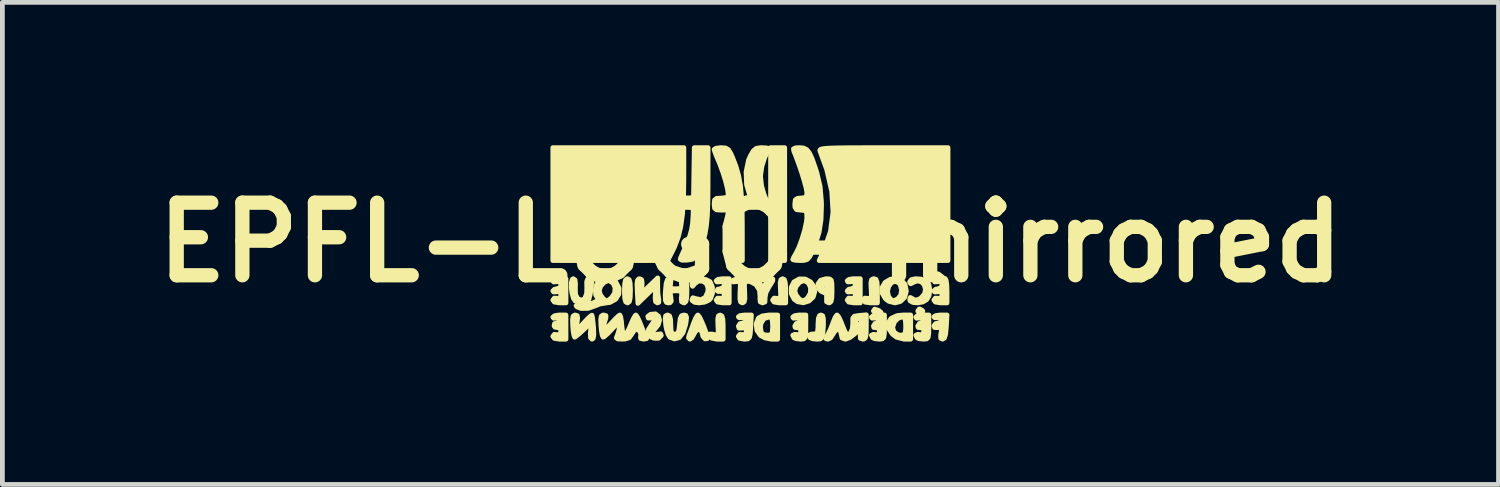
<source format=kicad_pcb>
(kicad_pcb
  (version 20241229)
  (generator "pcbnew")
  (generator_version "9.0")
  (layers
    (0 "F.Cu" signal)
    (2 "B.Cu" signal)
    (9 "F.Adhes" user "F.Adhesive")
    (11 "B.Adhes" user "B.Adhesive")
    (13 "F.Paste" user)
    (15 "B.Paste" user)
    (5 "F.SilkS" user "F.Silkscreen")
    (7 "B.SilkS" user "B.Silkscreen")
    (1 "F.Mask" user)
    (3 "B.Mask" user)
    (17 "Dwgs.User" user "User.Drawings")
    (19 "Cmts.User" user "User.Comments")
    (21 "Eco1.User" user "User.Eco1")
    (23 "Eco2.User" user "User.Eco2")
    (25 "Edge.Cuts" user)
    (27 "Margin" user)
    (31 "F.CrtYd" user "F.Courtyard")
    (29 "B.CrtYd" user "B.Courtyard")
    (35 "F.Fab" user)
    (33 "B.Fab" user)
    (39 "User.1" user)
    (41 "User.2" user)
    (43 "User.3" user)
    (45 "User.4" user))
  (footprint "EPFL-LOGO-mirrored"
    (layer "F.Cu")
    (at 12.707 2.04)
    (property "Reference" "EPFL-LOGO-mirrored" (at 0 0 0) (layer "F.SilkS") (effects (font (size 1.524 1.524) (thickness 0.3))))
    (attr through_hole)
    (fp_poly (pts (xy 0.72 0.381) (xy 0.572 0.381) (xy 0.423 0.381) (xy 0.423 -0.804) (xy 0.423 -1.99) (xy 0.572 -1.99) (xy 0.72 -1.99) (xy 0.72 -0.804) (xy 0.72 0.381)) (stroke (width 0.1) (type solid)) (fill yes) (layer "F.SilkS"))
    (fp_poly (pts (xy 2.743 1.47) (xy 2.701 1.481) (xy 2.678 1.481) (xy 2.603 1.466) (xy 2.582 1.439) (xy 2.609 1.4) (xy 2.686 1.425) (xy 2.709 1.439) (xy 2.743 1.47)) (stroke (width 0.1) (type solid)) (fill yes) (layer "F.SilkS"))
    (fp_poly (pts (xy 3.619 1.439) (xy 3.61 1.476) (xy 3.58 1.482) (xy 3.522 1.46) (xy 3.514 1.439) (xy 3.544 1.398) (xy 3.554 1.397) (xy 3.611 1.428) (xy 3.619 1.439)) (stroke (width 0.1) (type solid)) (fill yes) (layer "F.SilkS"))
    (fp_poly (pts (xy -1.397 -1.99) (xy -1.398 -1.302) (xy -1.404 -0.914) (xy -1.425 -0.596) (xy -1.462 -0.332) (xy -1.517 -0.107) (xy -1.593 0.093) (xy -1.627 0.164) (xy -1.737 0.381) (xy -2.943 0.381) (xy -4.149 0.381) (xy -4.149 -0.804) (xy -4.149 -1.99) (xy -2.773 -1.99) (xy -1.397 -1.99)) (stroke (width 0.1) (type solid)) (fill yes) (layer "F.SilkS"))
    (fp_poly (pts (xy -2.519 1.016) (xy -2.524 1.163) (xy -2.541 1.243) (xy -2.575 1.269) (xy -2.582 1.27) (xy -2.619 1.25) (xy -2.639 1.181) (xy -2.646 1.047) (xy -2.646 1.016) (xy -2.641 0.869) (xy -2.624 0.789) (xy -2.59 0.762) (xy -2.582 0.762) (xy -2.545 0.782) (xy -2.526 0.851) (xy -2.519 0.985) (xy -2.519 1.016)) (stroke (width 0.1) (type solid)) (fill yes) (layer "F.SilkS"))
    (fp_poly (pts (xy 0.741 1.27) (xy 0.603 1.27) (xy 0.497 1.253) (xy 0.466 1.21) (xy 0.497 1.169) (xy 0.555 1.174) (xy 0.607 1.181) (xy 0.631 1.155) (xy 0.634 1.075) (xy 0.629 0.98) (xy 0.625 0.847) (xy 0.64 0.781) (xy 0.677 0.762) (xy 0.677 0.762) (xy 0.714 0.782) (xy 0.734 0.851) (xy 0.741 0.986) (xy 0.741 1.016) (xy 0.741 1.27)) (stroke (width 0.1) (type solid)) (fill yes) (layer "F.SilkS"))
    (fp_poly (pts (xy 2.667 1.27) (xy 2.519 1.27) (xy 2.406 1.254) (xy 2.371 1.21) (xy 2.402 1.169) (xy 2.46 1.174) (xy 2.512 1.181) (xy 2.536 1.155) (xy 2.539 1.075) (xy 2.534 0.98) (xy 2.529 0.85) (xy 2.542 0.785) (xy 2.577 0.763) (xy 2.593 0.762) (xy 2.635 0.775) (xy 2.657 0.826) (xy 2.666 0.934) (xy 2.667 1.016) (xy 2.667 1.27)) (stroke (width 0.1) (type solid)) (fill yes) (layer "F.SilkS"))
    (fp_poly (pts (xy -0.572 2.032) (xy -0.705 2.032) (xy -0.813 2.012) (xy -0.862 1.968) (xy -0.864 1.925) (xy -0.808 1.924) (xy -0.778 1.931) (xy -0.714 1.943) (xy -0.683 1.925) (xy -0.677 1.858) (xy -0.683 1.741) (xy -0.687 1.609) (xy -0.673 1.542) (xy -0.636 1.524) (xy -0.635 1.524) (xy -0.598 1.544) (xy -0.578 1.613) (xy -0.572 1.747) (xy -0.572 1.778) (xy -0.572 2.032)) (stroke (width 0.1) (type solid)) (fill yes) (layer "F.SilkS"))
    (fp_poly (pts (xy 1.534 1.723) (xy 1.531 1.778) (xy 1.521 1.919) (xy 1.504 1.995) (xy 1.469 2.026) (xy 1.408 2.032) (xy 1.4 2.032) (xy 1.305 2.023) (xy 1.256 2.004) (xy 1.229 1.95) (xy 1.28 1.924) (xy 1.323 1.923) (xy 1.381 1.916) (xy 1.409 1.876) (xy 1.418 1.781) (xy 1.418 1.725) (xy 1.426 1.596) (xy 1.451 1.534) (xy 1.482 1.524) (xy 1.517 1.54) (xy 1.533 1.601) (xy 1.534 1.723)) (stroke (width 0.1) (type solid)) (fill yes) (layer "F.SilkS"))
    (fp_poly (pts (xy 4.149 0.381) (xy 2.796 0.381) (xy 1.443 0.381) (xy 1.546 0.159) (xy 1.679 -0.226) (xy 1.733 -0.636) (xy 1.707 -1.071) (xy 1.601 -1.533) (xy 1.461 -1.916) (xy 1.457 -1.936) (xy 1.469 -1.952) (xy 1.505 -1.965) (xy 1.574 -1.974) (xy 1.684 -1.981) (xy 1.843 -1.985) (xy 2.06 -1.988) (xy 2.343 -1.989) (xy 2.701 -1.99) (xy 2.789 -1.99) (xy 4.149 -1.99) (xy 4.149 -0.804) (xy 4.149 0.381)) (stroke (width 0.1) (type solid)) (fill yes) (layer "F.SilkS"))
    (fp_poly (pts (xy -1.922 1.203) (xy -1.925 1.26) (xy -1.955 1.27) (xy -1.992 1.245) (xy -2.001 1.16) (xy -1.997 1.09) (xy -1.981 0.91) (xy -2.172 1.095) (xy -2.363 1.28) (xy -2.377 1.021) (xy -2.382 0.875) (xy -2.372 0.795) (xy -2.344 0.764) (xy -2.326 0.762) (xy -2.284 0.782) (xy -2.273 0.855) (xy -2.278 0.921) (xy -2.295 1.079) (xy -2.121 0.912) (xy -1.947 0.745) (xy -1.947 0.94) (xy -1.942 1.074) (xy -1.928 1.178) (xy -1.922 1.203)) (stroke (width 0.1) (type solid)) (fill yes) (layer "F.SilkS"))
    (fp_poly (pts (xy 4.128 1.524) (xy 4.113 1.778) (xy 4.099 1.928) (xy 4.074 2.008) (xy 4.036 2.032) (xy 4.036 2.032) (xy 3.995 2.012) (xy 3.994 1.941) (xy 4.002 1.899) (xy 4.016 1.809) (xy 3.995 1.781) (xy 3.942 1.789) (xy 3.867 1.788) (xy 3.852 1.753) (xy 3.888 1.705) (xy 3.937 1.693) (xy 4.008 1.665) (xy 4.022 1.625) (xy 3.996 1.576) (xy 3.937 1.579) (xy 3.869 1.581) (xy 3.852 1.562) (xy 3.889 1.536) (xy 3.98 1.524) (xy 3.99 1.524) (xy 4.128 1.524)) (stroke (width 0.1) (type solid)) (fill yes) (layer "F.SilkS"))
    (fp_poly (pts (xy -3.873 2.032) (xy -4.011 2.032) (xy -4.117 2.015) (xy -4.149 1.972) (xy -4.118 1.931) (xy -4.064 1.935) (xy -3.998 1.934) (xy -3.979 1.87) (xy -3.979 1.863) (xy -3.998 1.794) (xy -4.039 1.792) (xy -4.104 1.78) (xy -4.123 1.754) (xy -4.113 1.704) (xy -4.063 1.693) (xy -3.994 1.665) (xy -3.979 1.627) (xy -4.003 1.581) (xy -4.064 1.587) (xy -4.132 1.592) (xy -4.149 1.569) (xy -4.112 1.538) (xy -4.022 1.524) (xy -4.011 1.524) (xy -3.873 1.524) (xy -3.873 1.778) (xy -3.873 2.032)) (stroke (width 0.1) (type solid)) (fill yes) (layer "F.SilkS"))
    (fp_poly (pts (xy -0.889 -1.99) (xy -0.89 -1.196) (xy -0.893 -0.85) (xy -0.903 -0.574) (xy -0.923 -0.352) (xy -0.954 -0.168) (xy -0.998 -0.009) (xy -1.059 0.142) (xy -1.086 0.199) (xy -1.148 0.305) (xy -1.221 0.355) (xy -1.329 0.373) (xy -1.435 0.375) (xy -1.473 0.354) (xy -1.469 0.331) (xy -1.382 0.133) (xy -1.317 -0.02) (xy -1.27 -0.147) (xy -1.238 -0.264) (xy -1.217 -0.389) (xy -1.206 -0.539) (xy -1.199 -0.73) (xy -1.195 -0.98) (xy -1.193 -1.132) (xy -1.179 -1.99) (xy -1.034 -1.99) (xy -0.889 -1.99)) (stroke (width 0.1) (type solid)) (fill yes) (layer "F.SilkS"))
    (fp_poly (pts (xy -1.871 1.952) (xy -1.873 1.956) (xy -1.929 2.013) (xy -2.025 2.013) (xy -2.085 1.987) (xy -2.149 1.92) (xy -2.142 1.83) (xy -2.074 1.724) (xy -2.016 1.642) (xy -1.99 1.59) (xy -1.99 1.589) (xy -2.023 1.577) (xy -2.074 1.587) (xy -2.144 1.589) (xy -2.155 1.553) (xy -2.099 1.51) (xy -2.095 1.509) (xy -1.994 1.5) (xy -1.929 1.55) (xy -1.907 1.636) (xy -1.938 1.736) (xy -1.99 1.799) (xy -2.061 1.882) (xy -2.062 1.929) (xy -1.994 1.935) (xy -1.964 1.929) (xy -1.885 1.92) (xy -1.871 1.952)) (stroke (width 0.1) (type solid)) (fill yes) (layer "F.SilkS"))
    (fp_poly (pts (xy -0.445 1.27) (xy -0.582 1.27) (xy -0.688 1.253) (xy -0.72 1.21) (xy -0.689 1.169) (xy -0.635 1.173) (xy -0.569 1.172) (xy -0.55 1.108) (xy -0.55 1.101) (xy -0.568 1.032) (xy -0.612 1.031) (xy -0.681 1.03) (xy -0.7 1.014) (xy -0.686 0.982) (xy -0.637 0.974) (xy -0.565 0.945) (xy -0.55 0.886) (xy -0.567 0.823) (xy -0.632 0.824) (xy -0.635 0.826) (xy -0.703 0.83) (xy -0.72 0.807) (xy -0.683 0.776) (xy -0.593 0.762) (xy -0.582 0.762) (xy -0.445 0.762) (xy -0.445 1.016) (xy -0.445 1.27)) (stroke (width 0.1) (type solid)) (fill yes) (layer "F.SilkS"))
    (fp_poly (pts (xy -3.873 1.27) (xy -4.011 1.27) (xy -4.117 1.253) (xy -4.149 1.21) (xy -4.118 1.169) (xy -4.064 1.173) (xy -3.998 1.172) (xy -3.979 1.107) (xy -3.979 1.103) (xy -3.995 1.036) (xy -4.055 1.034) (xy -4.064 1.037) (xy -4.132 1.041) (xy -4.149 1.019) (xy -4.113 0.982) (xy -4.064 0.974) (xy -3.994 0.944) (xy -3.979 0.886) (xy -3.996 0.823) (xy -4.061 0.824) (xy -4.064 0.826) (xy -4.132 0.83) (xy -4.149 0.807) (xy -4.112 0.776) (xy -4.022 0.762) (xy -4.011 0.762) (xy -3.873 0.762) (xy -3.873 1.016) (xy -3.873 1.27)) (stroke (width 0.1) (type solid)) (fill yes) (layer "F.SilkS"))
    (fp_poly (pts (xy -0.795 1.065) (xy -0.835 1.176) (xy -0.869 1.212) (xy -0.964 1.255) (xy -1.074 1.27) (xy -1.171 1.259) (xy -1.224 1.221) (xy -1.228 1.205) (xy -1.209 1.162) (xy -1.154 1.178) (xy -1.038 1.202) (xy -0.948 1.153) (xy -0.897 1.04) (xy -0.89 0.964) (xy -0.922 0.866) (xy -1.002 0.813) (xy -1.097 0.814) (xy -1.171 0.87) (xy -1.214 0.922) (xy -1.227 0.899) (xy -1.228 0.855) (xy -1.215 0.794) (xy -1.163 0.767) (xy -1.064 0.762) (xy -0.932 0.78) (xy -0.847 0.825) (xy -0.845 0.828) (xy -0.798 0.936) (xy -0.795 1.065)) (stroke (width 0.1) (type solid)) (fill yes) (layer "F.SilkS"))
    (fp_poly (pts (xy 2.307 1.27) (xy 2.17 1.27) (xy 2.064 1.253) (xy 2.032 1.21) (xy 2.063 1.169) (xy 2.117 1.173) (xy 2.183 1.172) (xy 2.201 1.107) (xy 2.201 1.103) (xy 2.186 1.036) (xy 2.126 1.034) (xy 2.117 1.037) (xy 2.048 1.041) (xy 2.032 1.019) (xy 2.067 0.982) (xy 2.117 0.974) (xy 2.187 0.944) (xy 2.201 0.886) (xy 2.184 0.823) (xy 2.12 0.824) (xy 2.117 0.826) (xy 2.048 0.83) (xy 2.032 0.807) (xy 2.069 0.776) (xy 2.159 0.762) (xy 2.17 0.762) (xy 2.307 0.762) (xy 2.307 1.016) (xy 2.307 1.27)) (stroke (width 0.1) (type solid)) (fill yes) (layer "F.SilkS"))
    (fp_poly (pts (xy 3.365 2.032) (xy 3.26 2.032) (xy 3.26 1.757) (xy 3.254 1.638) (xy 3.231 1.581) (xy 3.181 1.566) (xy 3.176 1.566) (xy 3.093 1.599) (xy 3.025 1.669) (xy 2.986 1.785) (xy 3.015 1.883) (xy 3.102 1.941) (xy 3.155 1.947) (xy 3.22 1.939) (xy 3.25 1.9) (xy 3.259 1.806) (xy 3.26 1.757) (xy 3.26 2.032) (xy 3.226 2.032) (xy 3.066 1.991) (xy 2.983 1.928) (xy 2.898 1.803) (xy 2.891 1.687) (xy 2.955 1.594) (xy 3.082 1.536) (xy 3.2 1.524) (xy 3.365 1.524) (xy 3.365 1.778) (xy 3.365 2.032)) (stroke (width 0.1) (type solid)) (fill yes) (layer "F.SilkS"))
    (fp_poly (pts (xy 3.768 0.996) (xy 3.751 1.118) (xy 3.701 1.203) (xy 3.618 1.251) (xy 3.513 1.27) (xy 3.414 1.262) (xy 3.352 1.227) (xy 3.344 1.201) (xy 3.356 1.156) (xy 3.402 1.18) (xy 3.408 1.185) (xy 3.469 1.214) (xy 3.546 1.188) (xy 3.58 1.167) (xy 3.655 1.082) (xy 3.675 0.984) (xy 3.649 0.891) (xy 3.588 0.826) (xy 3.499 0.809) (xy 3.429 0.837) (xy 3.365 0.868) (xy 3.345 0.843) (xy 3.344 0.826) (xy 3.38 0.781) (xy 3.469 0.762) (xy 3.581 0.77) (xy 3.686 0.806) (xy 3.746 0.88) (xy 3.768 0.996)) (stroke (width 0.1) (type solid)) (fill yes) (layer "F.SilkS"))
    (fp_poly (pts (xy -3.287 1.938) (xy -3.301 2.015) (xy -3.326 2.032) (xy -3.358 2.002) (xy -3.362 1.904) (xy -3.356 1.852) (xy -3.334 1.672) (xy -3.5 1.831) (xy -3.596 1.919) (xy -3.668 1.977) (xy -3.691 1.99) (xy -3.708 1.951) (xy -3.724 1.853) (xy -3.732 1.757) (xy -3.736 1.62) (xy -3.724 1.549) (xy -3.692 1.525) (xy -3.678 1.524) (xy -3.637 1.537) (xy -3.627 1.591) (xy -3.642 1.704) (xy -3.675 1.884) (xy -3.509 1.698) (xy -3.418 1.601) (xy -3.352 1.541) (xy -3.328 1.528) (xy -3.316 1.576) (xy -3.303 1.683) (xy -3.293 1.789) (xy -3.287 1.938)) (stroke (width 0.1) (type solid)) (fill yes) (layer "F.SilkS"))
    (fp_poly (pts (xy -1.34 1.574) (xy -1.35 1.668) (xy -1.36 1.725) (xy -1.414 1.897) (xy -1.496 2) (xy -1.598 2.027) (xy -1.69 1.993) (xy -1.729 1.931) (xy -1.764 1.817) (xy -1.778 1.739) (xy -1.79 1.611) (xy -1.782 1.545) (xy -1.749 1.524) (xy -1.739 1.524) (xy -1.696 1.545) (xy -1.676 1.619) (xy -1.672 1.725) (xy -1.667 1.848) (xy -1.646 1.908) (xy -1.601 1.926) (xy -1.587 1.926) (xy -1.534 1.913) (xy -1.506 1.858) (xy -1.491 1.742) (xy -1.49 1.725) (xy -1.475 1.599) (xy -1.447 1.539) (xy -1.4 1.524) (xy -1.356 1.533) (xy -1.34 1.574)) (stroke (width 0.1) (type solid)) (fill yes) (layer "F.SilkS"))
    (fp_poly (pts (xy 0.572 2.032) (xy 0.466 2.032) (xy 0.466 1.757) (xy 0.459 1.636) (xy 0.435 1.58) (xy 0.389 1.566) (xy 0.282 1.603) (xy 0.221 1.702) (xy 0.212 1.779) (xy 0.226 1.889) (xy 0.281 1.938) (xy 0.367 1.947) (xy 0.428 1.938) (xy 0.457 1.896) (xy 0.465 1.798) (xy 0.466 1.757) (xy 0.466 2.032) (xy 0.439 2.032) (xy 0.31 2.007) (xy 0.211 1.955) (xy 0.136 1.847) (xy 0.119 1.714) (xy 0.164 1.594) (xy 0.169 1.588) (xy 0.25 1.543) (xy 0.383 1.524) (xy 0.397 1.524) (xy 0.572 1.524) (xy 0.572 1.778) (xy 0.572 2.032)) (stroke (width 0.1) (type solid)) (fill yes) (layer "F.SilkS"))
    (fp_poly (pts (xy 3.274 1.024) (xy 3.24 1.154) (xy 3.174 1.218) (xy 3.174 0.998) (xy 3.145 0.889) (xy 3.108 0.844) (xy 3.028 0.816) (xy 2.955 0.852) (xy 2.901 0.931) (xy 2.879 1.031) (xy 2.9 1.131) (xy 2.923 1.167) (xy 2.973 1.217) (xy 3.022 1.219) (xy 3.093 1.184) (xy 3.156 1.108) (xy 3.174 0.998) (xy 3.174 1.218) (xy 3.152 1.239) (xy 3.034 1.27) (xy 2.907 1.238) (xy 2.836 1.185) (xy 2.766 1.067) (xy 2.766 0.944) (xy 2.827 0.839) (xy 2.94 0.773) (xy 3.024 0.762) (xy 3.166 0.792) (xy 3.248 0.882) (xy 3.274 1.024)) (stroke (width 0.1) (type solid)) (fill yes) (layer "F.SilkS"))
    (fp_poly (pts (xy -3.332 0.833) (xy -3.341 0.951) (xy -3.343 0.963) (xy -3.365 1.094) (xy -3.391 1.192) (xy -3.401 1.217) (xy -3.471 1.26) (xy -3.576 1.266) (xy -3.678 1.232) (xy -3.678 1.232) (xy -3.718 1.172) (xy -3.747 1.069) (xy -3.762 0.949) (xy -3.76 0.842) (xy -3.739 0.773) (xy -3.72 0.762) (xy -3.683 0.787) (xy -3.672 0.873) (xy -3.676 0.944) (xy -3.672 1.09) (xy -3.631 1.175) (xy -3.623 1.182) (xy -3.541 1.216) (xy -3.477 1.176) (xy -3.44 1.074) (xy -3.436 0.944) (xy -3.439 0.826) (xy -3.419 0.772) (xy -3.384 0.762) (xy -3.345 0.776) (xy -3.332 0.833)) (stroke (width 0.1) (type solid)) (fill yes) (layer "F.SilkS"))
    (fp_poly (pts (xy 0.021 1.524) (xy 0.007 1.778) (xy -0.003 1.919) (xy -0.02 1.994) (xy -0.054 2.026) (xy -0.117 2.032) (xy -0.131 2.032) (xy -0.227 2.014) (xy -0.254 1.972) (xy -0.223 1.931) (xy -0.169 1.935) (xy -0.103 1.934) (xy -0.085 1.869) (xy -0.085 1.865) (xy -0.1 1.798) (xy -0.16 1.796) (xy -0.169 1.799) (xy -0.238 1.802) (xy -0.254 1.76) (xy -0.219 1.705) (xy -0.169 1.693) (xy -0.099 1.665) (xy -0.085 1.625) (xy -0.111 1.576) (xy -0.169 1.579) (xy -0.237 1.581) (xy -0.254 1.562) (xy -0.217 1.536) (xy -0.127 1.524) (xy -0.116 1.524) (xy 0.021 1.524)) (stroke (width 0.1) (type solid)) (fill yes) (layer "F.SilkS"))
    (fp_poly (pts (xy 0.381 -0.779) (xy 0.344 -0.768) (xy 0.252 -0.762) (xy 0.23 -0.762) (xy 0.138 -0.769) (xy 0.078 -0.803) (xy 0.027 -0.885) (xy -0.009 -0.963) (xy -0.082 -1.215) (xy -0.092 -1.479) (xy -0.041 -1.727) (xy -0.004 -1.813) (xy 0.06 -1.923) (xy 0.122 -1.975) (xy 0.21 -1.989) (xy 0.234 -1.99) (xy 0.331 -1.985) (xy 0.38 -1.975) (xy 0.381 -1.973) (xy 0.365 -1.928) (xy 0.324 -1.833) (xy 0.297 -1.772) (xy 0.241 -1.597) (xy 0.214 -1.406) (xy 0.214 -1.376) (xy 0.234 -1.189) (xy 0.286 -1.006) (xy 0.297 -0.98) (xy 0.346 -0.868) (xy 0.376 -0.794) (xy 0.381 -0.779)) (stroke (width 0.1) (type solid)) (fill yes) (layer "F.SilkS"))
    (fp_poly (pts (xy 1.164 1.778) (xy 1.162 1.919) (xy 1.15 1.995) (xy 1.119 2.026) (xy 1.061 2.032) (xy 1.055 2.032) (xy 0.962 2.022) (xy 0.917 2.004) (xy 0.889 1.949) (xy 0.932 1.929) (xy 0.974 1.935) (xy 1.039 1.934) (xy 1.058 1.87) (xy 1.058 1.863) (xy 1.041 1.795) (xy 0.995 1.793) (xy 0.94 1.787) (xy 0.931 1.756) (xy 0.965 1.701) (xy 0.995 1.693) (xy 1.05 1.659) (xy 1.058 1.627) (xy 1.034 1.581) (xy 0.974 1.587) (xy 0.905 1.592) (xy 0.889 1.569) (xy 0.926 1.538) (xy 1.016 1.524) (xy 1.027 1.524) (xy 1.164 1.524) (xy 1.164 1.778)) (stroke (width 0.1) (type solid)) (fill yes) (layer "F.SilkS"))
    (fp_poly (pts (xy 1.714 1.016) (xy 1.71 1.161) (xy 1.694 1.24) (xy 1.662 1.268) (xy 1.646 1.27) (xy 1.609 1.251) (xy 1.609 0.901) (xy 1.604 0.824) (xy 1.578 0.82) (xy 1.54 0.855) (xy 1.497 0.926) (xy 1.5 0.97) (xy 1.553 1.015) (xy 1.594 0.986) (xy 1.609 0.901) (xy 1.609 1.251) (xy 1.598 1.246) (xy 1.598 1.164) (xy 1.598 1.082) (xy 1.552 1.058) (xy 1.481 1.025) (xy 1.438 0.971) (xy 1.419 0.87) (xy 1.472 0.795) (xy 1.586 0.762) (xy 1.603 0.762) (xy 1.665 0.767) (xy 1.698 0.794) (xy 1.712 0.864) (xy 1.714 0.997) (xy 1.714 1.016)) (stroke (width 0.1) (type solid)) (fill yes) (layer "F.SilkS"))
    (fp_poly (pts (xy 2.815 1.778) (xy 2.813 1.919) (xy 2.801 1.995) (xy 2.77 2.026) (xy 2.712 2.032) (xy 2.706 2.032) (xy 2.613 2.022) (xy 2.568 2.004) (xy 2.54 1.949) (xy 2.583 1.929) (xy 2.625 1.935) (xy 2.69 1.934) (xy 2.709 1.87) (xy 2.709 1.863) (xy 2.692 1.795) (xy 2.646 1.793) (xy 2.591 1.787) (xy 2.582 1.756) (xy 2.616 1.701) (xy 2.646 1.693) (xy 2.701 1.659) (xy 2.709 1.627) (xy 2.685 1.581) (xy 2.625 1.587) (xy 2.556 1.592) (xy 2.54 1.569) (xy 2.577 1.538) (xy 2.667 1.524) (xy 2.678 1.524) (xy 2.815 1.524) (xy 2.815 1.778)) (stroke (width 0.1) (type solid)) (fill yes) (layer "F.SilkS"))
    (fp_poly (pts (xy 3.747 1.778) (xy 3.744 1.919) (xy 3.732 1.995) (xy 3.702 2.026) (xy 3.644 2.032) (xy 3.637 2.032) (xy 3.544 2.022) (xy 3.5 2.004) (xy 3.472 1.949) (xy 3.514 1.929) (xy 3.556 1.935) (xy 3.622 1.934) (xy 3.641 1.87) (xy 3.641 1.863) (xy 3.623 1.795) (xy 3.577 1.793) (xy 3.523 1.787) (xy 3.514 1.756) (xy 3.548 1.701) (xy 3.577 1.693) (xy 3.633 1.659) (xy 3.641 1.627) (xy 3.617 1.581) (xy 3.556 1.587) (xy 3.488 1.592) (xy 3.471 1.569) (xy 3.508 1.538) (xy 3.598 1.524) (xy 3.609 1.524) (xy 3.747 1.524) (xy 3.747 1.778)) (stroke (width 0.1) (type solid)) (fill yes) (layer "F.SilkS"))
    (fp_poly (pts (xy 1.355 1.023) (xy 1.319 1.146) (xy 1.262 1.2) (xy 1.262 0.951) (xy 1.221 0.857) (xy 1.141 0.807) (xy 1.116 0.804) (xy 1.033 0.84) (xy 0.961 0.922) (xy 0.931 1.016) (xy 0.959 1.103) (xy 1.023 1.186) (xy 1.093 1.227) (xy 1.101 1.228) (xy 1.157 1.201) (xy 1.203 1.161) (xy 1.259 1.062) (xy 1.262 0.951) (xy 1.262 1.2) (xy 1.229 1.231) (xy 1.111 1.268) (xy 0.989 1.246) (xy 0.917 1.193) (xy 0.857 1.075) (xy 0.856 0.941) (xy 0.912 0.83) (xy 0.913 0.829) (xy 1.026 0.766) (xy 1.151 0.769) (xy 1.263 0.828) (xy 1.337 0.931) (xy 1.355 1.023)) (stroke (width 0.1) (type solid)) (fill yes) (layer "F.SilkS"))
    (fp_poly (pts (xy -0.906 2.021) (xy -0.953 2.025) (xy -0.998 1.974) (xy -1.016 1.903) (xy -1.04 1.835) (xy -1.067 1.83) (xy -1.067 1.714) (xy -1.072 1.707) (xy -1.098 1.713) (xy -1.101 1.736) (xy -1.085 1.771) (xy -1.072 1.764) (xy -1.067 1.714) (xy -1.067 1.83) (xy -1.095 1.826) (xy -1.157 1.873) (xy -1.185 1.926) (xy -1.231 2.005) (xy -1.273 2.032) (xy -1.301 2.001) (xy -1.291 1.958) (xy -1.259 1.873) (xy -1.214 1.749) (xy -1.198 1.704) (xy -1.154 1.596) (xy -1.115 1.532) (xy -1.103 1.524) (xy -1.072 1.56) (xy -1.027 1.65) (xy -0.977 1.768) (xy -0.934 1.887) (xy -0.907 1.981) (xy -0.906 2.021)) (stroke (width 0.1) (type solid)) (fill yes) (layer "F.SilkS"))
    (fp_poly (pts (xy -0.169 0.381) (xy -0.318 0.381) (xy -0.466 0.381) (xy -0.466 -0.148) (xy -0.466 -0.677) (xy -0.614 -0.677) (xy -0.713 -0.684) (xy -0.754 -0.72) (xy -0.762 -0.804) (xy -0.754 -0.89) (xy -0.712 -0.925) (xy -0.614 -0.931) (xy -0.51 -0.942) (xy -0.469 -0.981) (xy -0.466 -1.005) (xy -0.482 -1.122) (xy -0.523 -1.289) (xy -0.581 -1.476) (xy -0.648 -1.657) (xy -0.671 -1.71) (xy -0.722 -1.832) (xy -0.755 -1.924) (xy -0.762 -1.953) (xy -0.725 -1.977) (xy -0.633 -1.989) (xy -0.612 -1.99) (xy -0.521 -1.983) (xy -0.461 -1.948) (xy -0.411 -1.866) (xy -0.377 -1.789) (xy -0.302 -1.595) (xy -0.247 -1.399) (xy -0.208 -1.185) (xy -0.185 -0.933) (xy -0.173 -0.628) (xy -0.17 -0.349) (xy -0.169 0.381)) (stroke (width 0.1) (type solid)) (fill yes) (layer "F.SilkS"))
    (fp_poly (pts (xy -1.333 1.016) (xy -1.338 1.162) (xy -1.354 1.24) (xy -1.387 1.269) (xy -1.4 1.27) (xy -1.446 1.247) (xy -1.452 1.168) (xy -1.448 1.143) (xy -1.443 1.055) (xy -1.479 1.021) (xy -1.565 1.016) (xy -1.656 1.022) (xy -1.685 1.059) (xy -1.672 1.143) (xy -1.661 1.233) (xy -1.689 1.267) (xy -1.722 1.27) (xy -1.764 1.26) (xy -1.785 1.218) (xy -1.79 1.123) (xy -1.785 1.016) (xy -1.77 0.863) (xy -1.744 0.783) (xy -1.71 0.762) (xy -1.669 0.787) (xy -1.676 0.868) (xy -1.685 0.94) (xy -1.649 0.969) (xy -1.566 0.974) (xy -1.473 0.966) (xy -1.443 0.931) (xy -1.45 0.868) (xy -1.45 0.786) (xy -1.402 0.762) (xy -1.363 0.778) (xy -1.342 0.838) (xy -1.334 0.958) (xy -1.333 1.016)) (stroke (width 0.1) (type solid)) (fill yes) (layer "F.SilkS"))
    (fp_poly (pts (xy 4.128 1.27) (xy 3.99 1.27) (xy 3.884 1.253) (xy 3.852 1.21) (xy 3.883 1.169) (xy 3.937 1.173) (xy 4.003 1.172) (xy 4.022 1.107) (xy 4.022 1.103) (xy 4.006 1.036) (xy 3.946 1.034) (xy 3.937 1.037) (xy 3.869 1.041) (xy 3.852 1.019) (xy 3.888 0.982) (xy 3.937 0.974) (xy 4.007 0.944) (xy 4.022 0.886) (xy 4.005 0.823) (xy 3.94 0.824) (xy 3.937 0.826) (xy 3.869 0.83) (xy 3.852 0.807) (xy 3.887 0.769) (xy 3.926 0.761) (xy 3.975 0.754) (xy 3.943 0.725) (xy 3.938 0.721) (xy 3.898 0.676) (xy 3.901 0.656) (xy 3.947 0.662) (xy 3.992 0.696) (xy 4.059 0.749) (xy 4.093 0.762) (xy 4.111 0.8) (xy 4.124 0.9) (xy 4.128 1.016) (xy 4.128 1.27)) (stroke (width 0.1) (type solid)) (fill yes) (layer "F.SilkS"))
    (fp_poly (pts (xy -2.757 0.962) (xy -2.763 1.088) (xy -2.83 1.194) (xy -2.843 1.201) (xy -2.843 0.952) (xy -2.882 0.858) (xy -2.961 0.807) (xy -2.99 0.804) (xy -3.073 0.84) (xy -3.145 0.922) (xy -3.175 1.016) (xy -3.15 1.098) (xy -3.092 1.18) (xy -3.028 1.226) (xy -3.017 1.228) (xy -2.969 1.202) (xy -2.914 1.158) (xy -2.852 1.061) (xy -2.843 0.952) (xy -2.843 1.201) (xy -2.948 1.26) (xy -3.03 1.272) (xy -3.163 1.294) (xy -3.26 1.333) (xy -3.409 1.386) (xy -3.558 1.387) (xy -3.641 1.355) (xy -3.661 1.328) (xy -3.609 1.314) (xy -3.535 1.311) (xy -3.41 1.298) (xy -3.298 1.267) (xy -3.221 1.227) (xy -3.196 1.187) (xy -3.212 1.168) (xy -3.251 1.1) (xy -3.256 0.994) (xy -3.23 0.885) (xy -3.193 0.829) (xy -3.084 0.772) (xy -2.952 0.771) (xy -2.837 0.824) (xy -2.822 0.839) (xy -2.757 0.962)) (stroke (width 0.1) (type solid)) (fill yes) (layer "F.SilkS"))
    (fp_poly (pts (xy 0.471 0.801) (xy 0.427 0.878) (xy 0.398 0.92) (xy 0.328 1.052) (xy 0.307 1.162) (xy 0.309 1.174) (xy 0.305 1.251) (xy 0.255 1.27) (xy 0.206 1.25) (xy 0.198 1.176) (xy 0.202 1.146) (xy 0.189 1.001) (xy 0.115 0.886) (xy -0.002 0.824) (xy -0.023 0.821) (xy -0.087 0.819) (xy -0.118 0.841) (xy -0.126 0.91) (xy -0.12 1.04) (xy -0.116 1.177) (xy -0.13 1.248) (xy -0.164 1.27) (xy -0.169 1.27) (xy -0.206 1.253) (xy -0.221 1.19) (xy -0.22 1.064) (xy -0.218 1.033) (xy -0.212 0.899) (xy -0.219 0.832) (xy -0.246 0.814) (xy -0.292 0.824) (xy -0.364 0.83) (xy -0.381 0.807) (xy -0.341 0.782) (xy -0.231 0.766) (xy -0.109 0.762) (xy 0.042 0.765) (xy 0.13 0.78) (xy 0.174 0.811) (xy 0.191 0.847) (xy 0.23 0.915) (xy 0.261 0.931) (xy 0.305 0.896) (xy 0.326 0.847) (xy 0.377 0.778) (xy 0.427 0.762) (xy 0.47 0.769) (xy 0.471 0.801)) (stroke (width 0.1) (type solid)) (fill yes) (layer "F.SilkS"))
    (fp_poly (pts (xy 1.493 -0.783) (xy 1.483 -0.477) (xy 1.443 -0.217) (xy 1.365 0.033) (xy 1.304 0.18) (xy 1.246 0.298) (xy 1.194 0.358) (xy 1.122 0.379) (xy 1.051 0.381) (xy 0.948 0.376) (xy 0.892 0.363) (xy 0.889 0.358) (xy 0.909 0.31) (xy 0.949 0.242) (xy 1.013 0.114) (xy 1.079 -0.061) (xy 1.136 -0.251) (xy 1.174 -0.424) (xy 1.185 -0.528) (xy 1.178 -0.628) (xy 1.143 -0.669) (xy 1.058 -0.677) (xy 0.968 -0.688) (xy 0.935 -0.737) (xy 0.931 -0.804) (xy 0.942 -0.894) (xy 0.991 -0.927) (xy 1.058 -0.931) (xy 1.149 -0.942) (xy 1.181 -0.991) (xy 1.185 -1.048) (xy 1.17 -1.137) (xy 1.132 -1.282) (xy 1.077 -1.462) (xy 1.011 -1.655) (xy 0.943 -1.838) (xy 0.911 -1.916) (xy 0.903 -1.965) (xy 0.947 -1.986) (xy 1.032 -1.99) (xy 1.116 -1.982) (xy 1.182 -1.95) (xy 1.238 -1.88) (xy 1.294 -1.761) (xy 1.358 -1.579) (xy 1.396 -1.46) (xy 1.463 -1.177) (xy 1.491 -0.862) (xy 1.493 -0.783)) (stroke (width 0.1) (type solid)) (fill yes) (layer "F.SilkS"))
    (fp_poly (pts (xy 2.434 1.776) (xy 2.431 1.92) (xy 2.416 1.998) (xy 2.385 2.029) (xy 2.359 2.032) (xy 2.328 2.021) (xy 2.328 1.647) (xy 2.306 1.585) (xy 2.259 1.584) (xy 2.216 1.638) (xy 2.209 1.665) (xy 2.227 1.726) (xy 2.262 1.736) (xy 2.317 1.7) (xy 2.328 1.647) (xy 2.328 2.021) (xy 2.307 2.014) (xy 2.306 1.947) (xy 2.311 1.926) (xy 2.323 1.848) (xy 2.314 1.82) (xy 2.271 1.847) (xy 2.197 1.914) (xy 2.184 1.926) (xy 2.088 1.998) (xy 1.998 2.032) (xy 1.992 2.032) (xy 1.924 2.008) (xy 1.905 1.926) (xy 1.883 1.841) (xy 1.854 1.827) (xy 1.854 1.714) (xy 1.849 1.707) (xy 1.823 1.713) (xy 1.82 1.736) (xy 1.836 1.771) (xy 1.849 1.764) (xy 1.854 1.714) (xy 1.854 1.827) (xy 1.84 1.82) (xy 1.779 1.856) (xy 1.736 1.926) (xy 1.684 2.005) (xy 1.63 2.032) (xy 1.588 2.023) (xy 1.599 1.98) (xy 1.624 1.937) (xy 1.677 1.831) (xy 1.729 1.699) (xy 1.734 1.683) (xy 1.774 1.582) (xy 1.811 1.527) (xy 1.819 1.524) (xy 1.852 1.56) (xy 1.898 1.654) (xy 1.93 1.736) (xy 1.978 1.854) (xy 2.018 1.931) (xy 2.035 1.947) (xy 2.097 1.91) (xy 2.139 1.815) (xy 2.149 1.69) (xy 2.149 1.688) (xy 2.148 1.592) (xy 2.183 1.549) (xy 2.277 1.534) (xy 2.286 1.533) (xy 2.434 1.52) (xy 2.434 1.776)) (stroke (width 0.1) (type solid)) (fill yes) (layer "F.SilkS"))
    (fp_poly (pts (xy -2.179 2.02) (xy -2.241 2.032) (xy -2.304 2.018) (xy -2.31 1.993) (xy -2.302 1.92) (xy -2.338 1.848) (xy -2.377 1.827) (xy -2.377 1.71) (xy -2.384 1.685) (xy -2.403 1.669) (xy -2.41 1.711) (xy -2.402 1.766) (xy -2.387 1.767) (xy -2.377 1.71) (xy -2.377 1.827) (xy -2.39 1.82) (xy -2.444 1.855) (xy -2.49 1.926) (xy -2.545 2.002) (xy -2.635 2.03) (xy -2.689 2.032) (xy -2.786 2.027) (xy -2.816 2.004) (xy -2.795 1.95) (xy -2.761 1.842) (xy -2.752 1.759) (xy -2.755 1.701) (xy -2.774 1.689) (xy -2.822 1.73) (xy -2.905 1.82) (xy -2.996 1.915) (xy -3.066 1.976) (xy -3.091 1.99) (xy -3.112 1.951) (xy -3.13 1.853) (xy -3.139 1.757) (xy -3.144 1.622) (xy -3.133 1.551) (xy -3.101 1.526) (xy -3.081 1.524) (xy -3.033 1.537) (xy -3.035 1.592) (xy -3.049 1.633) (xy -3.089 1.763) (xy -3.084 1.821) (xy -3.035 1.808) (xy -2.944 1.721) (xy -2.929 1.704) (xy -2.838 1.606) (xy -2.768 1.54) (xy -2.742 1.524) (xy -2.724 1.562) (xy -2.708 1.66) (xy -2.701 1.736) (xy -2.686 1.858) (xy -2.662 1.937) (xy -2.646 1.952) (xy -2.608 1.918) (xy -2.557 1.827) (xy -2.519 1.74) (xy -2.468 1.621) (xy -2.425 1.543) (xy -2.406 1.524) (xy -2.377 1.56) (xy -2.332 1.652) (xy -2.303 1.725) (xy -2.252 1.853) (xy -2.206 1.951) (xy -2.189 1.979) (xy -2.179 2.02)) (stroke (width 0.1) (type solid)) (fill yes) (layer "F.SilkS")))
  (gr_rect
    (start -3 -3)
    (end 28.415 7.122)
    (stroke (width 0.1) (type default))
    (fill no)
    (layer "Edge.Cuts")))
</source>
